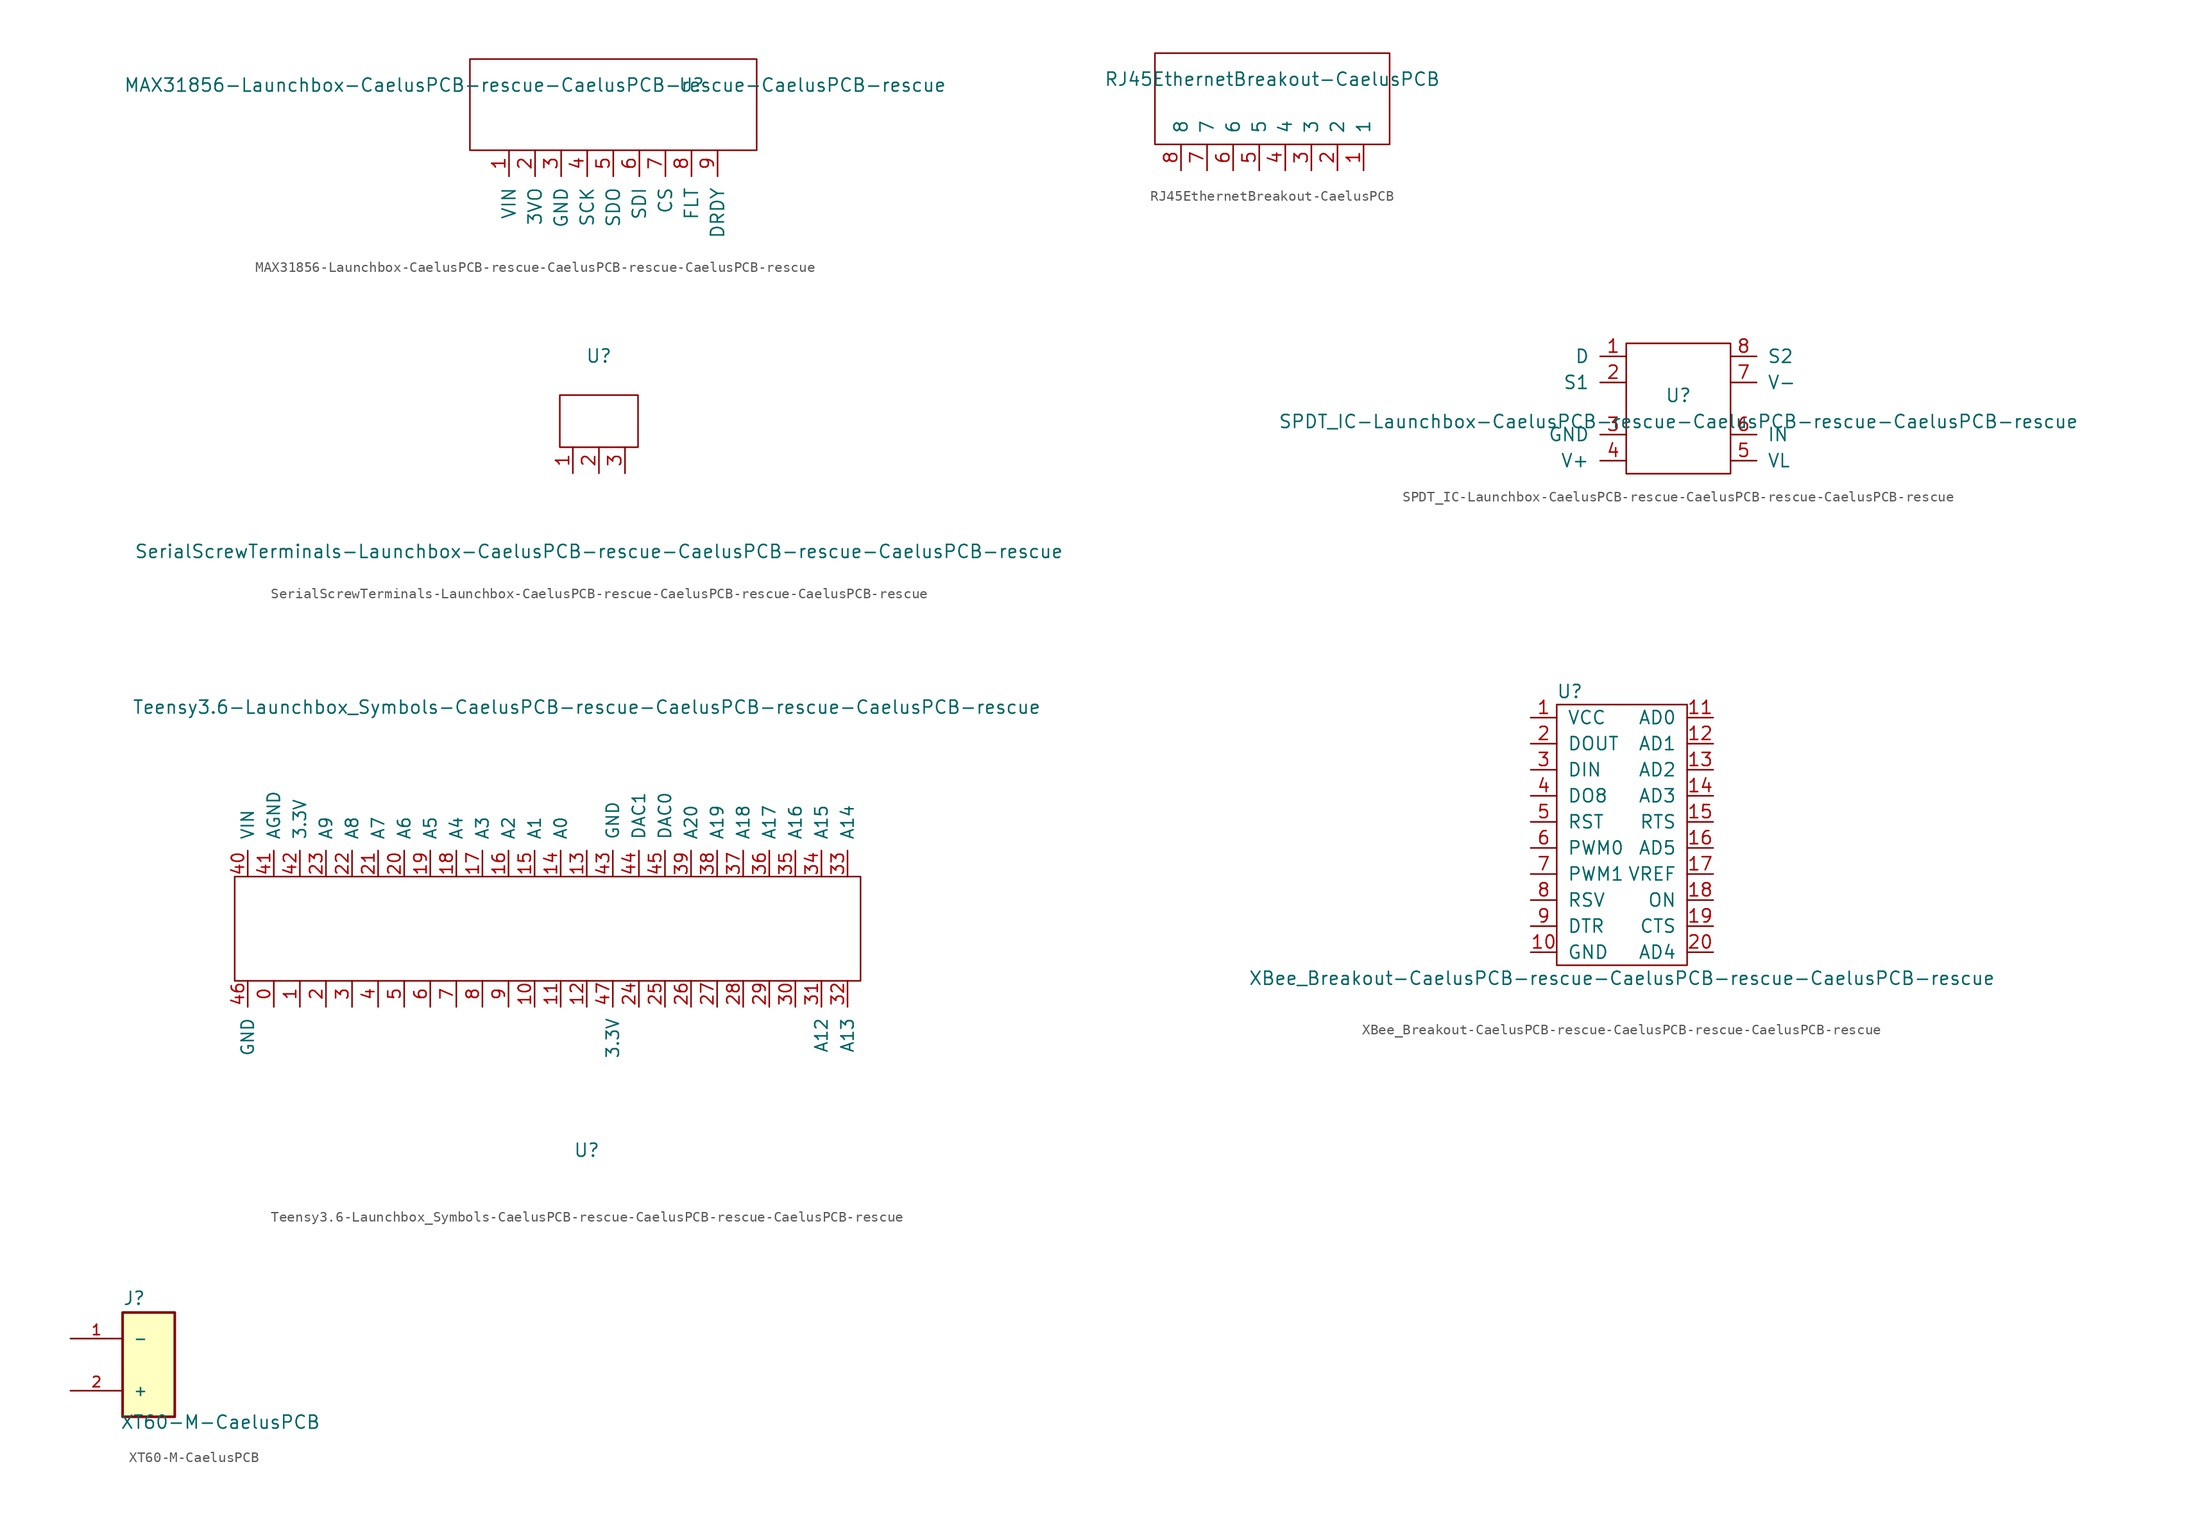
<source format=kicad_sym>
(kicad_symbol_lib
  (version 20211014)
  (generator kicad_symbol_editor)
  (symbol "MAX31856-Launchbox-CaelusPCB-rescue-CaelusPCB-rescue-CaelusPCB-rescue"
    (pin_names
      (offset 1.016))
    (property "Reference" "U"
      (at 7.62 6.35 0)
      (effects (font (size 1.27 1.27))))
    (property "Value" "MAX31856-Launchbox-CaelusPCB-rescue-CaelusPCB-rescue-CaelusPCB-rescue"
      (at -7.62 6.35 0)
      (effects (font (size 1.27 1.27))))
    (symbol "MAX31856-Launchbox-CaelusPCB-rescue-CaelusPCB-rescue-CaelusPCB-rescue_0_1"
      (rectangle (start -13.97 0) (end 13.97 8.89) (stroke (width 0) (type default) (color 0 0 0 0)) (fill (type none))))
    (symbol "MAX31856-Launchbox-CaelusPCB-rescue-CaelusPCB-rescue-CaelusPCB-rescue_1_1"
      (pin input line (at -10.16 0 270) (length 2.54) (name "VIN" (effects (font (size 1.27 1.27)))) (number "1" (effects (font (size 1.27 1.27)))))
      (pin input line (at -7.62 0 270) (length 2.54) (name "3VO" (effects (font (size 1.27 1.27)))) (number "2" (effects (font (size 1.27 1.27)))))
      (pin input line (at -5.08 0 270) (length 2.54) (name "GND" (effects (font (size 1.27 1.27)))) (number "3" (effects (font (size 1.27 1.27)))))
      (pin input line (at -2.54 0 270) (length 2.54) (name "SCK" (effects (font (size 1.27 1.27)))) (number "4" (effects (font (size 1.27 1.27)))))
      (pin input line (at 0 0 270) (length 2.54) (name "SDO" (effects (font (size 1.27 1.27)))) (number "5" (effects (font (size 1.27 1.27)))))
      (pin input line (at 2.54 0 270) (length 2.54) (name "SDI" (effects (font (size 1.27 1.27)))) (number "6" (effects (font (size 1.27 1.27)))))
      (pin input line (at 5.08 0 270) (length 2.54) (name "CS" (effects (font (size 1.27 1.27)))) (number "7" (effects (font (size 1.27 1.27)))))
      (pin input line (at 7.62 0 270) (length 2.54) (name "FLT" (effects (font (size 1.27 1.27)))) (number "8" (effects (font (size 1.27 1.27)))))
      (pin input line (at 10.16 0 270) (length 2.54) (name "DRDY" (effects (font (size 1.27 1.27)))) (number "9" (effects (font (size 1.27 1.27)))))))
  (symbol "RJ45EthernetBreakout-CaelusPCB"
    (pin_names
      (offset 1.016))
    (property "Reference" "Ayo"
      (at 0 1.27 0)
      (effects (font (size 1.27 1.27)) hide))
    (property "Value" "RJ45EthernetBreakout-CaelusPCB"
      (at 11.43 -2.54 0)
      (effects (font (size 1.27 1.27))))
    (symbol "RJ45EthernetBreakout-CaelusPCB_0_1"
      (polyline (pts (xy 0 0) (xy 22.86 0) (xy 22.86 -8.89) (xy 0 -8.89) (xy 0 0)) (stroke (width 0) (type default) (color 0 0 0 0)) (fill (type none))))
    (symbol "RJ45EthernetBreakout-CaelusPCB_1_1"
      (pin output line (at 20.32 -11.43 90) (length 2.54) (name "1" (effects (font (size 1.27 1.27)))) (number "1" (effects (font (size 1.27 1.27)))))
      (pin output line (at 17.78 -11.43 90) (length 2.54) (name "2" (effects (font (size 1.27 1.27)))) (number "2" (effects (font (size 1.27 1.27)))))
      (pin output line (at 15.24 -11.43 90) (length 2.54) (name "3" (effects (font (size 1.27 1.27)))) (number "3" (effects (font (size 1.27 1.27)))))
      (pin output line (at 12.7 -11.43 90) (length 2.54) (name "4" (effects (font (size 1.27 1.27)))) (number "4" (effects (font (size 1.27 1.27)))))
      (pin output line (at 10.16 -11.43 90) (length 2.54) (name "5" (effects (font (size 1.27 1.27)))) (number "5" (effects (font (size 1.27 1.27)))))
      (pin output line (at 7.62 -11.43 90) (length 2.54) (name "6" (effects (font (size 1.27 1.27)))) (number "6" (effects (font (size 1.27 1.27)))))
      (pin output line (at 5.08 -11.43 90) (length 2.54) (name "7" (effects (font (size 1.27 1.27)))) (number "7" (effects (font (size 1.27 1.27)))))
      (pin output line (at 2.54 -11.43 90) (length 2.54) (name "8" (effects (font (size 1.27 1.27)))) (number "8" (effects (font (size 1.27 1.27)))))))
  (symbol "SerialScrewTerminals-Launchbox-CaelusPCB-rescue-CaelusPCB-rescue-CaelusPCB-rescue"
    (pin_names
      (offset 1.016))
    (property "Reference" "U"
      (at 0 8.89 0)
      (effects (font (size 1.27 1.27))))
    (property "Value" "SerialScrewTerminals-Launchbox-CaelusPCB-rescue-CaelusPCB-rescue-CaelusPCB-rescue"
      (at 0 -10.16 0)
      (effects (font (size 1.27 1.27))))
    (symbol "SerialScrewTerminals-Launchbox-CaelusPCB-rescue-CaelusPCB-rescue-CaelusPCB-rescue_0_1"
      (rectangle (start -3.81 0) (end 3.81 5.08) (stroke (width 0) (type default) (color 0 0 0 0)) (fill (type none))))
    (symbol "SerialScrewTerminals-Launchbox-CaelusPCB-rescue-CaelusPCB-rescue-CaelusPCB-rescue_1_1"
      (pin input line (at -2.54 0 270) (length 2.54) (name "~" (effects (font (size 1.27 1.27)))) (number "1" (effects (font (size 1.27 1.27)))))
      (pin input line (at 0 0 270) (length 2.54) (name "~" (effects (font (size 1.27 1.27)))) (number "2" (effects (font (size 1.27 1.27)))))
      (pin input line (at 2.54 0 270) (length 2.54) (name "~" (effects (font (size 1.27 1.27)))) (number "3" (effects (font (size 1.27 1.27)))))))
  (symbol "SPDT_IC-Launchbox-CaelusPCB-rescue-CaelusPCB-rescue-CaelusPCB-rescue"
    (pin_names
      (offset 1.016))
    (property "Reference" "U"
      (at 0 1.27 0)
      (effects (font (size 1.27 1.27))))
    (property "Value" "SPDT_IC-Launchbox-CaelusPCB-rescue-CaelusPCB-rescue-CaelusPCB-rescue"
      (at 0 -1.27 0)
      (effects (font (size 1.27 1.27))))
    (symbol "SPDT_IC-Launchbox-CaelusPCB-rescue-CaelusPCB-rescue-CaelusPCB-rescue_0_1"
      (rectangle (start -5.08 6.35) (end 5.08 -6.35) (stroke (width 0) (type default) (color 0 0 0 0)) (fill (type none))))
    (symbol "SPDT_IC-Launchbox-CaelusPCB-rescue-CaelusPCB-rescue-CaelusPCB-rescue_1_1"
      (pin input line (at -5.08 5.08 180) (length 2.54) (name "D" (effects (font (size 1.27 1.27)))) (number "1" (effects (font (size 1.27 1.27)))))
      (pin input line (at -5.08 2.54 180) (length 2.54) (name "S1" (effects (font (size 1.27 1.27)))) (number "2" (effects (font (size 1.27 1.27)))))
      (pin input line (at -5.08 -2.54 180) (length 2.54) (name "GND" (effects (font (size 1.27 1.27)))) (number "3" (effects (font (size 1.27 1.27)))))
      (pin input line (at -5.08 -5.08 180) (length 2.54) (name "V+" (effects (font (size 1.27 1.27)))) (number "4" (effects (font (size 1.27 1.27)))))
      (pin input line (at 5.08 -5.08 0) (length 2.54) (name "VL" (effects (font (size 1.27 1.27)))) (number "5" (effects (font (size 1.27 1.27)))))
      (pin input line (at 5.08 -2.54 0) (length 2.54) (name "IN" (effects (font (size 1.27 1.27)))) (number "6" (effects (font (size 1.27 1.27)))))
      (pin input line (at 5.08 2.54 0) (length 2.54) (name "V-" (effects (font (size 1.27 1.27)))) (number "7" (effects (font (size 1.27 1.27)))))
      (pin input line (at 5.08 5.08 0) (length 2.54) (name "S2" (effects (font (size 1.27 1.27)))) (number "8" (effects (font (size 1.27 1.27)))))))
  (symbol "Teensy3.6-Launchbox_Symbols-CaelusPCB-rescue-CaelusPCB-rescue-CaelusPCB-rescue"
    (pin_names
      (offset 1.016))
    (property "Reference" "U"
      (at 0 -21.59 0)
      (effects (font (size 1.27 1.27))))
    (property "Value" "Teensy3.6-Launchbox_Symbols-CaelusPCB-rescue-CaelusPCB-rescue-CaelusPCB-rescue"
      (at 0 21.59 0)
      (effects (font (size 1.27 1.27))))
    (symbol "Teensy3.6-Launchbox_Symbols-CaelusPCB-rescue-CaelusPCB-rescue-CaelusPCB-rescue_0_1"
      (rectangle (start -34.29 5.08) (end 26.67 -5.08) (stroke (width 0) (type default) (color 0 0 0 0)) (fill (type none))))
    (symbol "Teensy3.6-Launchbox_Symbols-CaelusPCB-rescue-CaelusPCB-rescue-CaelusPCB-rescue_1_1"
      (pin input line (at -30.48 -5.08 270) (length 2.54) (name "~" (effects (font (size 1.194 1.194)))) (number "0" (effects (font (size 1.194 1.194)))))
      (pin input line (at -27.94 -5.08 270) (length 2.54) (name "~" (effects (font (size 1.194 1.194)))) (number "1" (effects (font (size 1.194 1.194)))))
      (pin input line (at -5.08 -5.08 270) (length 2.54) (name "~" (effects (font (size 1.194 1.194)))) (number "10" (effects (font (size 1.194 1.194)))))
      (pin input line (at -2.54 -5.08 270) (length 2.54) (name "~" (effects (font (size 1.194 1.194)))) (number "11" (effects (font (size 1.194 1.194)))))
      (pin input line (at 0 -5.08 270) (length 2.54) (name "~" (effects (font (size 1.194 1.194)))) (number "12" (effects (font (size 1.194 1.194)))))
      (pin input line (at 0 5.08 90) (length 2.54) (name "~" (effects (font (size 1.194 1.194)))) (number "13" (effects (font (size 1.194 1.194)))))
      (pin input line (at -2.54 5.08 90) (length 2.54) (name "A0" (effects (font (size 1.194 1.194)))) (number "14" (effects (font (size 1.194 1.194)))))
      (pin input line (at -5.08 5.08 90) (length 2.54) (name "A1" (effects (font (size 1.194 1.194)))) (number "15" (effects (font (size 1.194 1.194)))))
      (pin input line (at -7.62 5.08 90) (length 2.54) (name "A2" (effects (font (size 1.194 1.194)))) (number "16" (effects (font (size 1.194 1.194)))))
      (pin input line (at -10.16 5.08 90) (length 2.54) (name "A3" (effects (font (size 1.194 1.194)))) (number "17" (effects (font (size 1.194 1.194)))))
      (pin input line (at -12.7 5.08 90) (length 2.54) (name "A4" (effects (font (size 1.194 1.194)))) (number "18" (effects (font (size 1.194 1.194)))))
      (pin input line (at -15.24 5.08 90) (length 2.54) (name "A5" (effects (font (size 1.194 1.194)))) (number "19" (effects (font (size 1.194 1.194)))))
      (pin input line (at -25.4 -5.08 270) (length 2.54) (name "~" (effects (font (size 1.194 1.194)))) (number "2" (effects (font (size 1.194 1.194)))))
      (pin input line (at -17.78 5.08 90) (length 2.54) (name "A6" (effects (font (size 1.194 1.194)))) (number "20" (effects (font (size 1.194 1.194)))))
      (pin input line (at -20.32 5.08 90) (length 2.54) (name "A7" (effects (font (size 1.194 1.194)))) (number "21" (effects (font (size 1.194 1.194)))))
      (pin input line (at -22.86 5.08 90) (length 2.54) (name "A8" (effects (font (size 1.194 1.194)))) (number "22" (effects (font (size 1.194 1.194)))))
      (pin input line (at -25.4 5.08 90) (length 2.54) (name "A9" (effects (font (size 1.194 1.194)))) (number "23" (effects (font (size 1.194 1.194)))))
      (pin input line (at 5.08 -5.08 270) (length 2.54) (name "~" (effects (font (size 1.194 1.194)))) (number "24" (effects (font (size 1.194 1.194)))))
      (pin input line (at 7.62 -5.08 270) (length 2.54) (name "~" (effects (font (size 1.194 1.194)))) (number "25" (effects (font (size 1.194 1.194)))))
      (pin input line (at 10.16 -5.08 270) (length 2.54) (name "~" (effects (font (size 1.194 1.194)))) (number "26" (effects (font (size 1.194 1.194)))))
      (pin input line (at 12.7 -5.08 270) (length 2.54) (name "~" (effects (font (size 1.194 1.194)))) (number "27" (effects (font (size 1.194 1.194)))))
      (pin input line (at 15.24 -5.08 270) (length 2.54) (name "~" (effects (font (size 1.194 1.194)))) (number "28" (effects (font (size 1.194 1.194)))))
      (pin input line (at 17.78 -5.08 270) (length 2.54) (name "~" (effects (font (size 1.194 1.194)))) (number "29" (effects (font (size 1.194 1.194)))))
      (pin input line (at -22.86 -5.08 270) (length 2.54) (name "~" (effects (font (size 1.194 1.194)))) (number "3" (effects (font (size 1.194 1.194)))))
      (pin input line (at 20.32 -5.08 270) (length 2.54) (name "~" (effects (font (size 1.194 1.194)))) (number "30" (effects (font (size 1.194 1.194)))))
      (pin input line (at 22.86 -5.08 270) (length 2.54) (name "A12" (effects (font (size 1.194 1.194)))) (number "31" (effects (font (size 1.194 1.194)))))
      (pin input line (at 25.4 -5.08 270) (length 2.54) (name "A13" (effects (font (size 1.194 1.194)))) (number "32" (effects (font (size 1.194 1.194)))))
      (pin input line (at 25.4 5.08 90) (length 2.54) (name "A14" (effects (font (size 1.194 1.194)))) (number "33" (effects (font (size 1.194 1.194)))))
      (pin input line (at 22.86 5.08 90) (length 2.54) (name "A15" (effects (font (size 1.194 1.194)))) (number "34" (effects (font (size 1.194 1.194)))))
      (pin input line (at 20.32 5.08 90) (length 2.54) (name "A16" (effects (font (size 1.194 1.194)))) (number "35" (effects (font (size 1.194 1.194)))))
      (pin input line (at 17.78 5.08 90) (length 2.54) (name "A17" (effects (font (size 1.194 1.194)))) (number "36" (effects (font (size 1.194 1.194)))))
      (pin input line (at 15.24 5.08 90) (length 2.54) (name "A18" (effects (font (size 1.194 1.194)))) (number "37" (effects (font (size 1.194 1.194)))))
      (pin input line (at 12.7 5.08 90) (length 2.54) (name "A19" (effects (font (size 1.194 1.194)))) (number "38" (effects (font (size 1.194 1.194)))))
      (pin input line (at 10.16 5.08 90) (length 2.54) (name "A20" (effects (font (size 1.194 1.194)))) (number "39" (effects (font (size 1.194 1.194)))))
      (pin input line (at -20.32 -5.08 270) (length 2.54) (name "~" (effects (font (size 1.194 1.194)))) (number "4" (effects (font (size 1.194 1.194)))))
      (pin input line (at -33.02 5.08 90) (length 2.54) (name "VIN" (effects (font (size 1.194 1.194)))) (number "40" (effects (font (size 1.194 1.194)))))
      (pin input line (at -30.48 5.08 90) (length 2.54) (name "AGND" (effects (font (size 1.194 1.194)))) (number "41" (effects (font (size 1.194 1.194)))))
      (pin input line (at -27.94 5.08 90) (length 2.54) (name "3.3V" (effects (font (size 1.194 1.194)))) (number "42" (effects (font (size 1.194 1.194)))))
      (pin input line (at 2.54 5.08 90) (length 2.54) (name "GND" (effects (font (size 1.194 1.194)))) (number "43" (effects (font (size 1.194 1.194)))))
      (pin input line (at 5.08 5.08 90) (length 2.54) (name "DAC1" (effects (font (size 1.194 1.194)))) (number "44" (effects (font (size 1.194 1.194)))))
      (pin input line (at 7.62 5.08 90) (length 2.54) (name "DAC0" (effects (font (size 1.194 1.194)))) (number "45" (effects (font (size 1.194 1.194)))))
      (pin input line (at -33.02 -5.08 270) (length 2.54) (name "GND" (effects (font (size 1.194 1.194)))) (number "46" (effects (font (size 1.194 1.194)))))
      (pin input line (at 2.54 -5.08 270) (length 2.54) (name "3.3V" (effects (font (size 1.194 1.194)))) (number "47" (effects (font (size 1.194 1.194)))))
      (pin input line (at -17.78 -5.08 270) (length 2.54) (name "~" (effects (font (size 1.194 1.194)))) (number "5" (effects (font (size 1.194 1.194)))))
      (pin input line (at -15.24 -5.08 270) (length 2.54) (name "~" (effects (font (size 1.194 1.194)))) (number "6" (effects (font (size 1.194 1.194)))))
      (pin input line (at -12.7 -5.08 270) (length 2.54) (name "~" (effects (font (size 1.194 1.194)))) (number "7" (effects (font (size 1.194 1.194)))))
      (pin input line (at -10.16 -5.08 270) (length 2.54) (name "~" (effects (font (size 1.194 1.194)))) (number "8" (effects (font (size 1.194 1.194)))))
      (pin input line (at -7.62 -5.08 270) (length 2.54) (name "~" (effects (font (size 1.194 1.194)))) (number "9" (effects (font (size 1.194 1.194)))))))
  (symbol "XBee_Breakout-CaelusPCB-rescue-CaelusPCB-rescue-CaelusPCB-rescue"
    (pin_names
      (offset 1.016))
    (property "Reference" "U"
      (at -5.08 13.97 0)
      (effects (font (size 1.27 1.27))))
    (property "Value" "XBee_Breakout-CaelusPCB-rescue-CaelusPCB-rescue-CaelusPCB-rescue"
      (at 0 -13.97 0)
      (effects (font (size 1.27 1.27))))
    (symbol "XBee_Breakout-CaelusPCB-rescue-CaelusPCB-rescue-CaelusPCB-rescue_0_1"
      (rectangle (start -6.35 12.7) (end 6.35 -12.7) (stroke (width 0) (type default) (color 0 0 0 0)) (fill (type none))))
    (symbol "XBee_Breakout-CaelusPCB-rescue-CaelusPCB-rescue-CaelusPCB-rescue_1_1"
      (pin input line (at -8.89 11.43 0) (length 2.54) (name "VCC" (effects (font (size 1.27 1.27)))) (number "1" (effects (font (size 1.27 1.27)))))
      (pin input line (at -8.89 -11.43 0) (length 2.54) (name "GND" (effects (font (size 1.27 1.27)))) (number "10" (effects (font (size 1.27 1.27)))))
      (pin input line (at 8.89 11.43 180) (length 2.54) (name "AD0" (effects (font (size 1.27 1.27)))) (number "11" (effects (font (size 1.27 1.27)))))
      (pin input line (at 8.89 8.89 180) (length 2.54) (name "AD1" (effects (font (size 1.27 1.27)))) (number "12" (effects (font (size 1.27 1.27)))))
      (pin input line (at 8.89 6.35 180) (length 2.54) (name "AD2" (effects (font (size 1.27 1.27)))) (number "13" (effects (font (size 1.27 1.27)))))
      (pin input line (at 8.89 3.81 180) (length 2.54) (name "AD3" (effects (font (size 1.27 1.27)))) (number "14" (effects (font (size 1.27 1.27)))))
      (pin input line (at 8.89 1.27 180) (length 2.54) (name "RTS" (effects (font (size 1.27 1.27)))) (number "15" (effects (font (size 1.27 1.27)))))
      (pin input line (at 8.89 -1.27 180) (length 2.54) (name "AD5" (effects (font (size 1.27 1.27)))) (number "16" (effects (font (size 1.27 1.27)))))
      (pin input line (at 8.89 -3.81 180) (length 2.54) (name "VREF" (effects (font (size 1.27 1.27)))) (number "17" (effects (font (size 1.27 1.27)))))
      (pin input line (at 8.89 -6.35 180) (length 2.54) (name "ON" (effects (font (size 1.27 1.27)))) (number "18" (effects (font (size 1.27 1.27)))))
      (pin input line (at 8.89 -8.89 180) (length 2.54) (name "CTS" (effects (font (size 1.27 1.27)))) (number "19" (effects (font (size 1.27 1.27)))))
      (pin input line (at -8.89 8.89 0) (length 2.54) (name "DOUT" (effects (font (size 1.27 1.27)))) (number "2" (effects (font (size 1.27 1.27)))))
      (pin input line (at 8.89 -11.43 180) (length 2.54) (name "AD4" (effects (font (size 1.27 1.27)))) (number "20" (effects (font (size 1.27 1.27)))))
      (pin input line (at -8.89 6.35 0) (length 2.54) (name "DIN" (effects (font (size 1.27 1.27)))) (number "3" (effects (font (size 1.27 1.27)))))
      (pin input line (at -8.89 3.81 0) (length 2.54) (name "DO8" (effects (font (size 1.27 1.27)))) (number "4" (effects (font (size 1.27 1.27)))))
      (pin input line (at -8.89 1.27 0) (length 2.54) (name "RST" (effects (font (size 1.27 1.27)))) (number "5" (effects (font (size 1.27 1.27)))))
      (pin input line (at -8.89 -1.27 0) (length 2.54) (name "PWM0" (effects (font (size 1.27 1.27)))) (number "6" (effects (font (size 1.27 1.27)))))
      (pin input line (at -8.89 -3.81 0) (length 2.54) (name "PWM1" (effects (font (size 1.27 1.27)))) (number "7" (effects (font (size 1.27 1.27)))))
      (pin input line (at -8.89 -6.35 0) (length 2.54) (name "RSV" (effects (font (size 1.27 1.27)))) (number "8" (effects (font (size 1.27 1.27)))))
      (pin input line (at -8.89 -8.89 0) (length 2.54) (name "DTR" (effects (font (size 1.27 1.27)))) (number "9" (effects (font (size 1.27 1.27)))))))
  (symbol "XT60-M-CaelusPCB"
    (pin_names
      (offset 1.016))
    (property "Reference" "J"
      (at -2.54 5.715 0)
      (effects (font (size 1.27 1.27)) (justify left bottom)))
    (property "Value" "XT60-M-CaelusPCB"
      (at -2.794 -6.35 0)
      (effects (font (size 1.27 1.27)) (justify left bottom)))
    (property "ki_locked" ""
      (at 0 0 0)
      (effects (font (size 1.27 1.27))))
    (symbol "XT60-M-CaelusPCB_0_0"
      (rectangle (start -2.54 -5.08) (end 2.54 5.08) (stroke (width 0.254) (type default) (color 0 0 0 0)) (fill (type background)))
      (pin passive line (at -7.62 2.54 0) (length 5.08) (name "-" (effects (font (size 1.016 1.016)))) (number "1" (effects (font (size 1.016 1.016)))))
      (pin passive line (at -7.62 -2.54 0) (length 5.08) (name "+" (effects (font (size 1.016 1.016)))) (number "2" (effects (font (size 1.016 1.016))))))))
</source>
